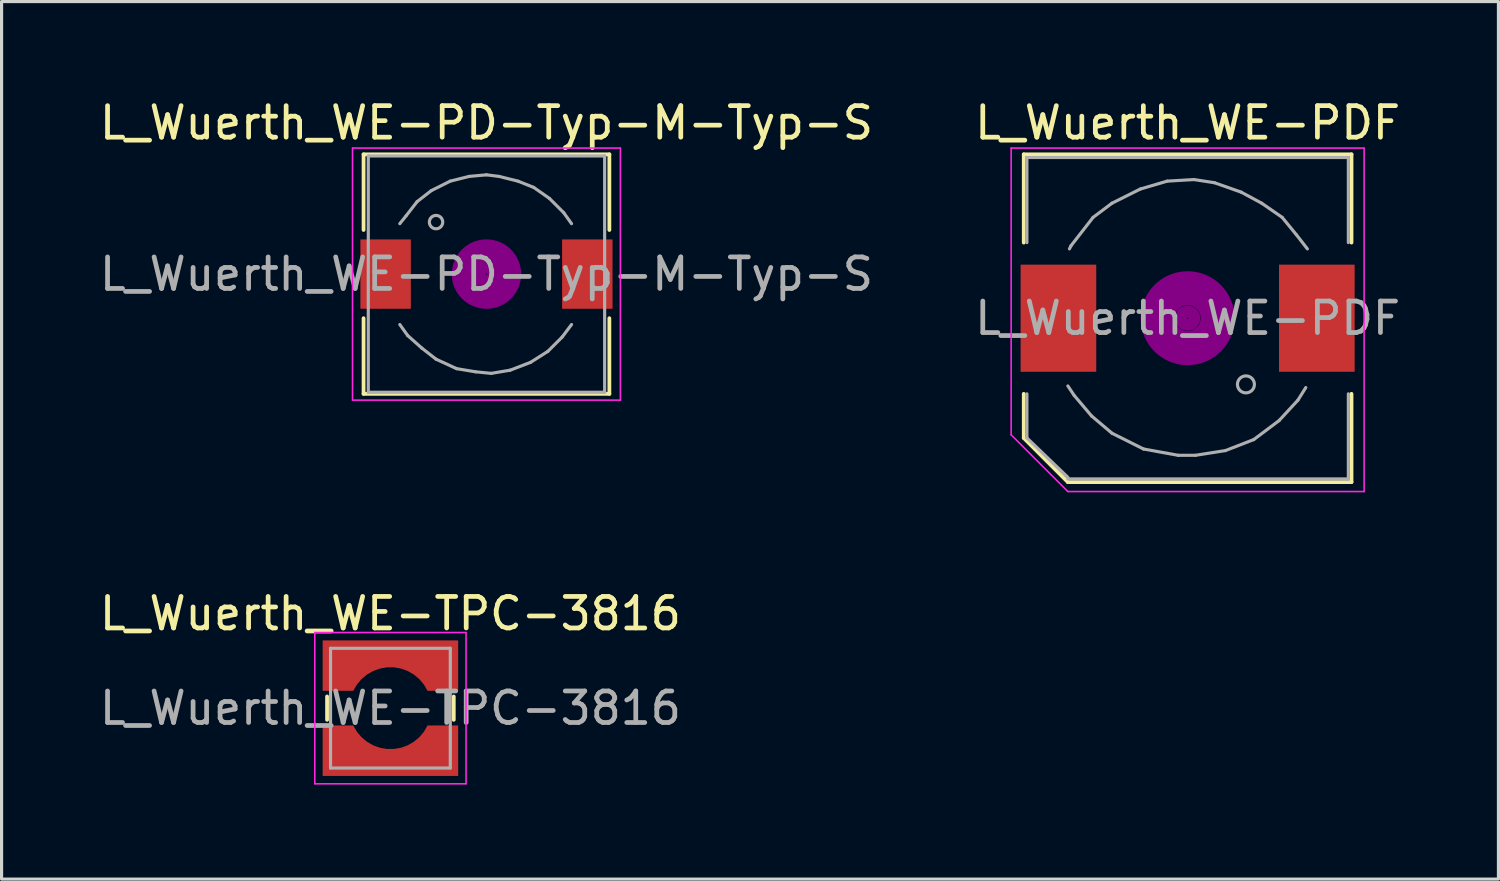
<source format=kicad_pcb>
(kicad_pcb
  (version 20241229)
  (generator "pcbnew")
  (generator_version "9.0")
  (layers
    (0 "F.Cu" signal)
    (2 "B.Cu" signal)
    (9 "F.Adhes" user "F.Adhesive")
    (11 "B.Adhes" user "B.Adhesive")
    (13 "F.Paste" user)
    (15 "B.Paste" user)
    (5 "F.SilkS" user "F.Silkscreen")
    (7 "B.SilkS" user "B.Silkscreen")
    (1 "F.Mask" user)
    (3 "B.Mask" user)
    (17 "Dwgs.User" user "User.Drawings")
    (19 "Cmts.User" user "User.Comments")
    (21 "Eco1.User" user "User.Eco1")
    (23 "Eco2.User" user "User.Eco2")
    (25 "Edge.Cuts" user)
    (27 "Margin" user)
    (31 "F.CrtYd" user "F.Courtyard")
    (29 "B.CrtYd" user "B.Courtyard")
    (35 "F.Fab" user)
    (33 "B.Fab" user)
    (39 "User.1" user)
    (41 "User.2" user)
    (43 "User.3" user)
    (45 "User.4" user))
  (footprint "L_Wuerth_WE-TPC-3816"
    (layer "F.Cu")
    (at 9.339 19.422)
    (property "Reference" "L_Wuerth_WE-TPC-3816" (at 0 -3 0) (layer "F.SilkS") (effects (font (size 1 1) (thickness 0.15))))
    (attr smd)
    (fp_line (start -2.01 0.37) (end -2.01 -0.37) (stroke (width 0.12) (type solid)) (layer "F.SilkS"))
    (fp_line (start 2.01 -0.37) (end 2.01 0.37) (stroke (width 0.12) (type solid)) (layer "F.SilkS"))
    (fp_line (start -2.4 -2.4) (end 2.4 -2.4) (stroke (width 0.05) (type solid)) (layer "F.CrtYd"))
    (fp_line (start -2.4 2.4) (end -2.4 -2.4) (stroke (width 0.05) (type solid)) (layer "F.CrtYd"))
    (fp_line (start 2.4 -2.4) (end 2.4 2.4) (stroke (width 0.05) (type solid)) (layer "F.CrtYd"))
    (fp_line (start 2.4 2.4) (end -2.4 2.4) (stroke (width 0.05) (type solid)) (layer "F.CrtYd"))
    (fp_line (start -1.9 -1.9) (end 1.9 -1.9) (stroke (width 0.1) (type solid)) (layer "F.Fab"))
    (fp_line (start -1.9 1.9) (end -1.9 -1.9) (stroke (width 0.1) (type solid)) (layer "F.Fab"))
    (fp_line (start 1.9 -1.9) (end 1.9 1.9) (stroke (width 0.1) (type solid)) (layer "F.Fab"))
    (fp_line (start 1.9 1.9) (end -1.9 1.9) (stroke (width 0.1) (type solid)) (layer "F.Fab"))
    (fp_text user "${REFERENCE}" (at 0 0 0) (layer "F.Fab") (effects (font (size 1 1) (thickness 0.15))))
    (pad "1" smd custom (at 0 -1.75) (size 0.7 0.7) (layers "F.Cu" "F.Mask" "F.Paste") (options (anchor circle)) (primitives (gr_poly (pts (xy 2.15 1.2) (xy 1.178 1.2) (xy 1.065 1.004) (xy 0.919 0.83) (xy 0.745 0.685) (xy 0.549 0.572) (xy 0.336 0.494) (xy 0.113 0.455) (xy -0.113 0.455) (xy -0.336 0.494) (xy -0.549 0.572) (xy -0.745 0.685) (xy -0.919 0.83) (xy -1.065 1.004) (xy -1.178 1.2) (xy -2.15 1.2) (xy -2.15 -0.4) (xy 2.15 -0.4)) (width 0) (fill yes))))
    (pad "2" smd custom (at 0 1.75) (size 0.7 0.7) (layers "F.Cu" "F.Mask" "F.Paste") (options (anchor circle)) (primitives (gr_poly (pts (xy -1.065 -1.004) (xy -0.919 -0.83) (xy -0.745 -0.685) (xy -0.549 -0.572) (xy -0.336 -0.494) (xy -0.113 -0.455) (xy 0.113 -0.455) (xy 0.336 -0.494) (xy 0.549 -0.572) (xy 0.745 -0.685) (xy 0.919 -0.83) (xy 1.065 -1.004) (xy 1.178 -1.2) (xy 2.15 -1.2) (xy 2.15 0.4) (xy -2.15 0.4) (xy -2.15 -1.2) (xy -1.178 -1.2)) (width 0) (fill yes)))))
  (footprint "L_Wuerth_WE-PDF"
    (layer "F.Cu")
    (at 34.637 7.048)
    (property "Reference" "L_Wuerth_WE-PDF" (at 0 -6.2 0) (layer "F.SilkS") (effects (font (size 1 1) (thickness 0.15))))
    (attr smd)
    (fp_line (start -5.2 -5.2) (end 5.2 -5.2) (stroke (width 0.12) (type solid)) (layer "F.SilkS"))
    (fp_line (start -5.2 -2.4) (end -5.2 -5.2) (stroke (width 0.12) (type solid)) (layer "F.SilkS"))
    (fp_line (start -5.2 3.8) (end -5.2 2.4) (stroke (width 0.12) (type solid)) (layer "F.SilkS"))
    (fp_line (start -3.8 5.2) (end -5.2 3.8) (stroke (width 0.12) (type solid)) (layer "F.SilkS"))
    (fp_line (start 5.2 -5.2) (end 5.2 -2.4) (stroke (width 0.12) (type solid)) (layer "F.SilkS"))
    (fp_line (start 5.2 2.4) (end 5.2 5.2) (stroke (width 0.12) (type solid)) (layer "F.SilkS"))
    (fp_line (start 5.2 5.2) (end -3.8 5.2) (stroke (width 0.12) (type solid)) (layer "F.SilkS"))
    (fp_circle (center 0 0) (end 0.15 0.15) (stroke (width 0.38) (type solid)) (fill no) (layer "F.Adhes"))
    (fp_circle (center 0 0) (end 0.6 0.05) (stroke (width 0.38) (type solid)) (fill no) (layer "F.Adhes"))
    (fp_circle (center 0 0) (end 0.95 0) (stroke (width 0.38) (type solid)) (fill no) (layer "F.Adhes"))
    (fp_circle (center 0 0) (end 1.3 0.05) (stroke (width 0.38) (type solid)) (fill no) (layer "F.Adhes"))
    (fp_line (start -5.6 -5.4) (end 5.6 -5.4) (stroke (width 0.05) (type solid)) (layer "F.CrtYd"))
    (fp_line (start -5.6 3.7) (end -5.6 -5.4) (stroke (width 0.05) (type solid)) (layer "F.CrtYd"))
    (fp_line (start -3.8 5.5) (end -5.6 3.7) (stroke (width 0.05) (type solid)) (layer "F.CrtYd"))
    (fp_line (start 5.6 -5.4) (end 5.6 5.5) (stroke (width 0.05) (type solid)) (layer "F.CrtYd"))
    (fp_line (start 5.6 5.5) (end -3.8 5.5) (stroke (width 0.05) (type solid)) (layer "F.CrtYd"))
    (fp_line (start -5.1 -5.1) (end -5.1 -2.4) (stroke (width 0.1) (type solid)) (layer "F.Fab"))
    (fp_line (start -5.1 2.4) (end -5.1 3.8) (stroke (width 0.1) (type solid)) (layer "F.Fab"))
    (fp_line (start -5.1 3.8) (end -3.8 5.05) (stroke (width 0.1) (type solid)) (layer "F.Fab"))
    (fp_line (start -3.8 2.15) (end -3.6 2.45) (stroke (width 0.1) (type solid)) (layer "F.Fab"))
    (fp_line (start -3.7 -2.3) (end -3.75 -2.2) (stroke (width 0.1) (type solid)) (layer "F.Fab"))
    (fp_line (start -3.6 2.45) (end -3.05 3.1) (stroke (width 0.1) (type solid)) (layer "F.Fab"))
    (fp_line (start -3.05 3.1) (end -2.4 3.65) (stroke (width 0.1) (type solid)) (layer "F.Fab"))
    (fp_line (start -3 -3.2) (end -3.7 -2.3) (stroke (width 0.1) (type solid)) (layer "F.Fab"))
    (fp_line (start -2.4 -3.65) (end -3 -3.2) (stroke (width 0.1) (type solid)) (layer "F.Fab"))
    (fp_line (start -2.4 3.65) (end -1.4 4.15) (stroke (width 0.1) (type solid)) (layer "F.Fab"))
    (fp_line (start -1.5 -4.1) (end -2.4 -3.65) (stroke (width 0.1) (type solid)) (layer "F.Fab"))
    (fp_line (start -1.4 4.15) (end -0.3 4.35) (stroke (width 0.1) (type solid)) (layer "F.Fab"))
    (fp_line (start -0.65 -4.35) (end -1.5 -4.1) (stroke (width 0.1) (type solid)) (layer "F.Fab"))
    (fp_line (start -0.3 4.35) (end 0.25 4.35) (stroke (width 0.1) (type solid)) (layer "F.Fab"))
    (fp_line (start 0.2 -4.4) (end -0.65 -4.35) (stroke (width 0.1) (type solid)) (layer "F.Fab"))
    (fp_line (start 0.25 4.35) (end 1.2 4.2) (stroke (width 0.1) (type solid)) (layer "F.Fab"))
    (fp_line (start 0.85 -4.3) (end 0.2 -4.4) (stroke (width 0.1) (type solid)) (layer "F.Fab"))
    (fp_line (start 1.2 4.2) (end 2.1 3.85) (stroke (width 0.1) (type solid)) (layer "F.Fab"))
    (fp_line (start 1.7 -4) (end 0.85 -4.3) (stroke (width 0.1) (type solid)) (layer "F.Fab"))
    (fp_line (start 2.1 3.85) (end 2.9 3.25) (stroke (width 0.1) (type solid)) (layer "F.Fab"))
    (fp_line (start 2.35 -3.65) (end 1.7 -4) (stroke (width 0.1) (type solid)) (layer "F.Fab"))
    (fp_line (start 2.9 3.25) (end 3.5 2.6) (stroke (width 0.1) (type solid)) (layer "F.Fab"))
    (fp_line (start 3 -3.2) (end 2.35 -3.65) (stroke (width 0.1) (type solid)) (layer "F.Fab"))
    (fp_line (start 3.45 -2.65) (end 3 -3.2) (stroke (width 0.1) (type solid)) (layer "F.Fab"))
    (fp_line (start 3.5 2.6) (end 3.75 2.2) (stroke (width 0.1) (type solid)) (layer "F.Fab"))
    (fp_line (start 3.8 -2.2) (end 3.45 -2.65) (stroke (width 0.1) (type solid)) (layer "F.Fab"))
    (fp_line (start 5.1 -5.1) (end -5.1 -5.1) (stroke (width 0.1) (type solid)) (layer "F.Fab"))
    (fp_line (start 5.1 -5.1) (end 5.1 -2.4) (stroke (width 0.1) (type solid)) (layer "F.Fab"))
    (fp_line (start 5.1 5.1) (end -3.8 5.1) (stroke (width 0.1) (type solid)) (layer "F.Fab"))
    (fp_line (start 5.1 5.1) (end 5.1 2.4) (stroke (width 0.1) (type solid)) (layer "F.Fab"))
    (fp_circle (center 1.85 2.1) (end 2.1 2.2) (stroke (width 0.1) (type solid)) (fill no) (layer "F.Fab"))
    (fp_text user "${REFERENCE}" (at 0 0 0) (layer "F.Fab") (effects (font (size 1 1) (thickness 0.15))))
    (pad "1" smd rect (at -4.1 0) (size 2.4 3.4) (layers "F.Cu" "F.Mask" "F.Paste"))
    (pad "2" smd rect (at 4.1 0) (size 2.4 3.4) (layers "F.Cu" "F.Mask" "F.Paste")))
  (footprint "L_Wuerth_WE-PD-Typ-M-Typ-S"
    (layer "F.Cu")
    (at 12.387 5.648)
    (property "Reference" "L_Wuerth_WE-PD-Typ-M-Typ-S" (at 0 -4.8 0) (layer "F.SilkS") (effects (font (size 1 1) (thickness 0.15))))
    (attr smd)
    (fp_line (start -3.9 -1.4) (end -3.9 -3.8) (stroke (width 0.12) (type solid)) (layer "F.SilkS"))
    (fp_line (start -3.9 1.4) (end -3.9 3.8) (stroke (width 0.12) (type solid)) (layer "F.SilkS"))
    (fp_line (start -3.9 3.8) (end 3.9 3.8) (stroke (width 0.12) (type solid)) (layer "F.SilkS"))
    (fp_line (start 3.9 -3.8) (end -3.9 -3.8) (stroke (width 0.12) (type solid)) (layer "F.SilkS"))
    (fp_line (start 3.9 -1.4) (end 3.9 -3.8) (stroke (width 0.12) (type solid)) (layer "F.SilkS"))
    (fp_line (start 3.9 3.8) (end 3.9 1.4) (stroke (width 0.12) (type solid)) (layer "F.SilkS"))
    (fp_circle (center 0 0) (end 0.15 0.15) (stroke (width 0.38) (type solid)) (fill no) (layer "F.Adhes"))
    (fp_circle (center 0 0) (end 0.55 0.05) (stroke (width 0.38) (type solid)) (fill no) (layer "F.Adhes"))
    (fp_circle (center 0 0) (end 0.9 0.15) (stroke (width 0.38) (type solid)) (fill no) (layer "F.Adhes"))
    (fp_line (start -4.25 -4) (end 4.25 -4) (stroke (width 0.05) (type solid)) (layer "F.CrtYd"))
    (fp_line (start -4.25 4) (end -4.25 -4) (stroke (width 0.05) (type solid)) (layer "F.CrtYd"))
    (fp_line (start 4.25 -4) (end 4.25 4) (stroke (width 0.05) (type solid)) (layer "F.CrtYd"))
    (fp_line (start 4.25 4) (end -4.25 4) (stroke (width 0.05) (type solid)) (layer "F.CrtYd"))
    (fp_line (start -3.75 -3.75) (end -3.75 3.75) (stroke (width 0.1) (type solid)) (layer "F.Fab"))
    (fp_line (start -3.75 3.75) (end 3.75 3.75) (stroke (width 0.1) (type solid)) (layer "F.Fab"))
    (fp_line (start -2.75 1.6) (end -2.5 1.95) (stroke (width 0.1) (type solid)) (layer "F.Fab"))
    (fp_line (start -2.55 -1.85) (end -2.75 -1.6) (stroke (width 0.1) (type solid)) (layer "F.Fab"))
    (fp_line (start -2.5 1.95) (end -2.05 2.35) (stroke (width 0.1) (type solid)) (layer "F.Fab"))
    (fp_line (start -2.2 -2.3) (end -2.55 -1.85) (stroke (width 0.1) (type solid)) (layer "F.Fab"))
    (fp_line (start -2.05 2.35) (end -1.6 2.7) (stroke (width 0.1) (type solid)) (layer "F.Fab"))
    (fp_line (start -1.75 -2.65) (end -2.2 -2.3) (stroke (width 0.1) (type solid)) (layer "F.Fab"))
    (fp_line (start -1.6 2.7) (end -0.95 3) (stroke (width 0.1) (type solid)) (layer "F.Fab"))
    (fp_line (start -1.15 -2.95) (end -1.75 -2.65) (stroke (width 0.1) (type solid)) (layer "F.Fab"))
    (fp_line (start -0.95 3) (end -0.35 3.1) (stroke (width 0.1) (type solid)) (layer "F.Fab"))
    (fp_line (start -0.55 -3.1) (end -1.15 -2.95) (stroke (width 0.1) (type solid)) (layer "F.Fab"))
    (fp_line (start -0.35 3.1) (end 0.15 3.15) (stroke (width 0.1) (type solid)) (layer "F.Fab"))
    (fp_line (start 0 -3.15) (end -0.55 -3.1) (stroke (width 0.1) (type solid)) (layer "F.Fab"))
    (fp_line (start 0.15 3.15) (end 0.75 3.05) (stroke (width 0.1) (type solid)) (layer "F.Fab"))
    (fp_line (start 0.4 -3.1) (end 0 -3.15) (stroke (width 0.1) (type solid)) (layer "F.Fab"))
    (fp_line (start 0.75 3.05) (end 1.4 2.8) (stroke (width 0.1) (type solid)) (layer "F.Fab"))
    (fp_line (start 1 -2.95) (end 0.4 -3.1) (stroke (width 0.1) (type solid)) (layer "F.Fab"))
    (fp_line (start 1.4 2.8) (end 1.95 2.45) (stroke (width 0.1) (type solid)) (layer "F.Fab"))
    (fp_line (start 1.5 -2.75) (end 1 -2.95) (stroke (width 0.1) (type solid)) (layer "F.Fab"))
    (fp_line (start 1.95 2.45) (end 2.4 2) (stroke (width 0.1) (type solid)) (layer "F.Fab"))
    (fp_line (start 2 -2.4) (end 1.5 -2.75) (stroke (width 0.1) (type solid)) (layer "F.Fab"))
    (fp_line (start 2.4 2) (end 2.7 1.6) (stroke (width 0.1) (type solid)) (layer "F.Fab"))
    (fp_line (start 2.45 -1.95) (end 2 -2.4) (stroke (width 0.1) (type solid)) (layer "F.Fab"))
    (fp_line (start 2.7 -1.6) (end 2.45 -1.95) (stroke (width 0.1) (type solid)) (layer "F.Fab"))
    (fp_line (start 3.75 -3.75) (end -3.75 -3.75) (stroke (width 0.1) (type solid)) (layer "F.Fab"))
    (fp_line (start 3.75 3.75) (end 3.75 -3.75) (stroke (width 0.1) (type solid)) (layer "F.Fab"))
    (fp_circle (center -1.6 -1.65) (end -1.45 -1.5) (stroke (width 0.1) (type solid)) (fill no) (layer "F.Fab"))
    (fp_text user "${REFERENCE}" (at 0 0 0) (layer "F.Fab") (effects (font (size 1 1) (thickness 0.15))))
    (pad "1" smd rect (at -3.2 0) (size 1.6 2.2) (layers "F.Cu" "F.Mask" "F.Paste"))
    (pad "2" smd rect (at 3.2 0) (size 1.6 2.2) (layers "F.Cu" "F.Mask" "F.Paste")))
  (gr_rect
    (start -3 -3)
    (end 44.5 24.846)
    (stroke (width 0.1) (type default))
    (fill no)
    (layer "Edge.Cuts")))
</source>
